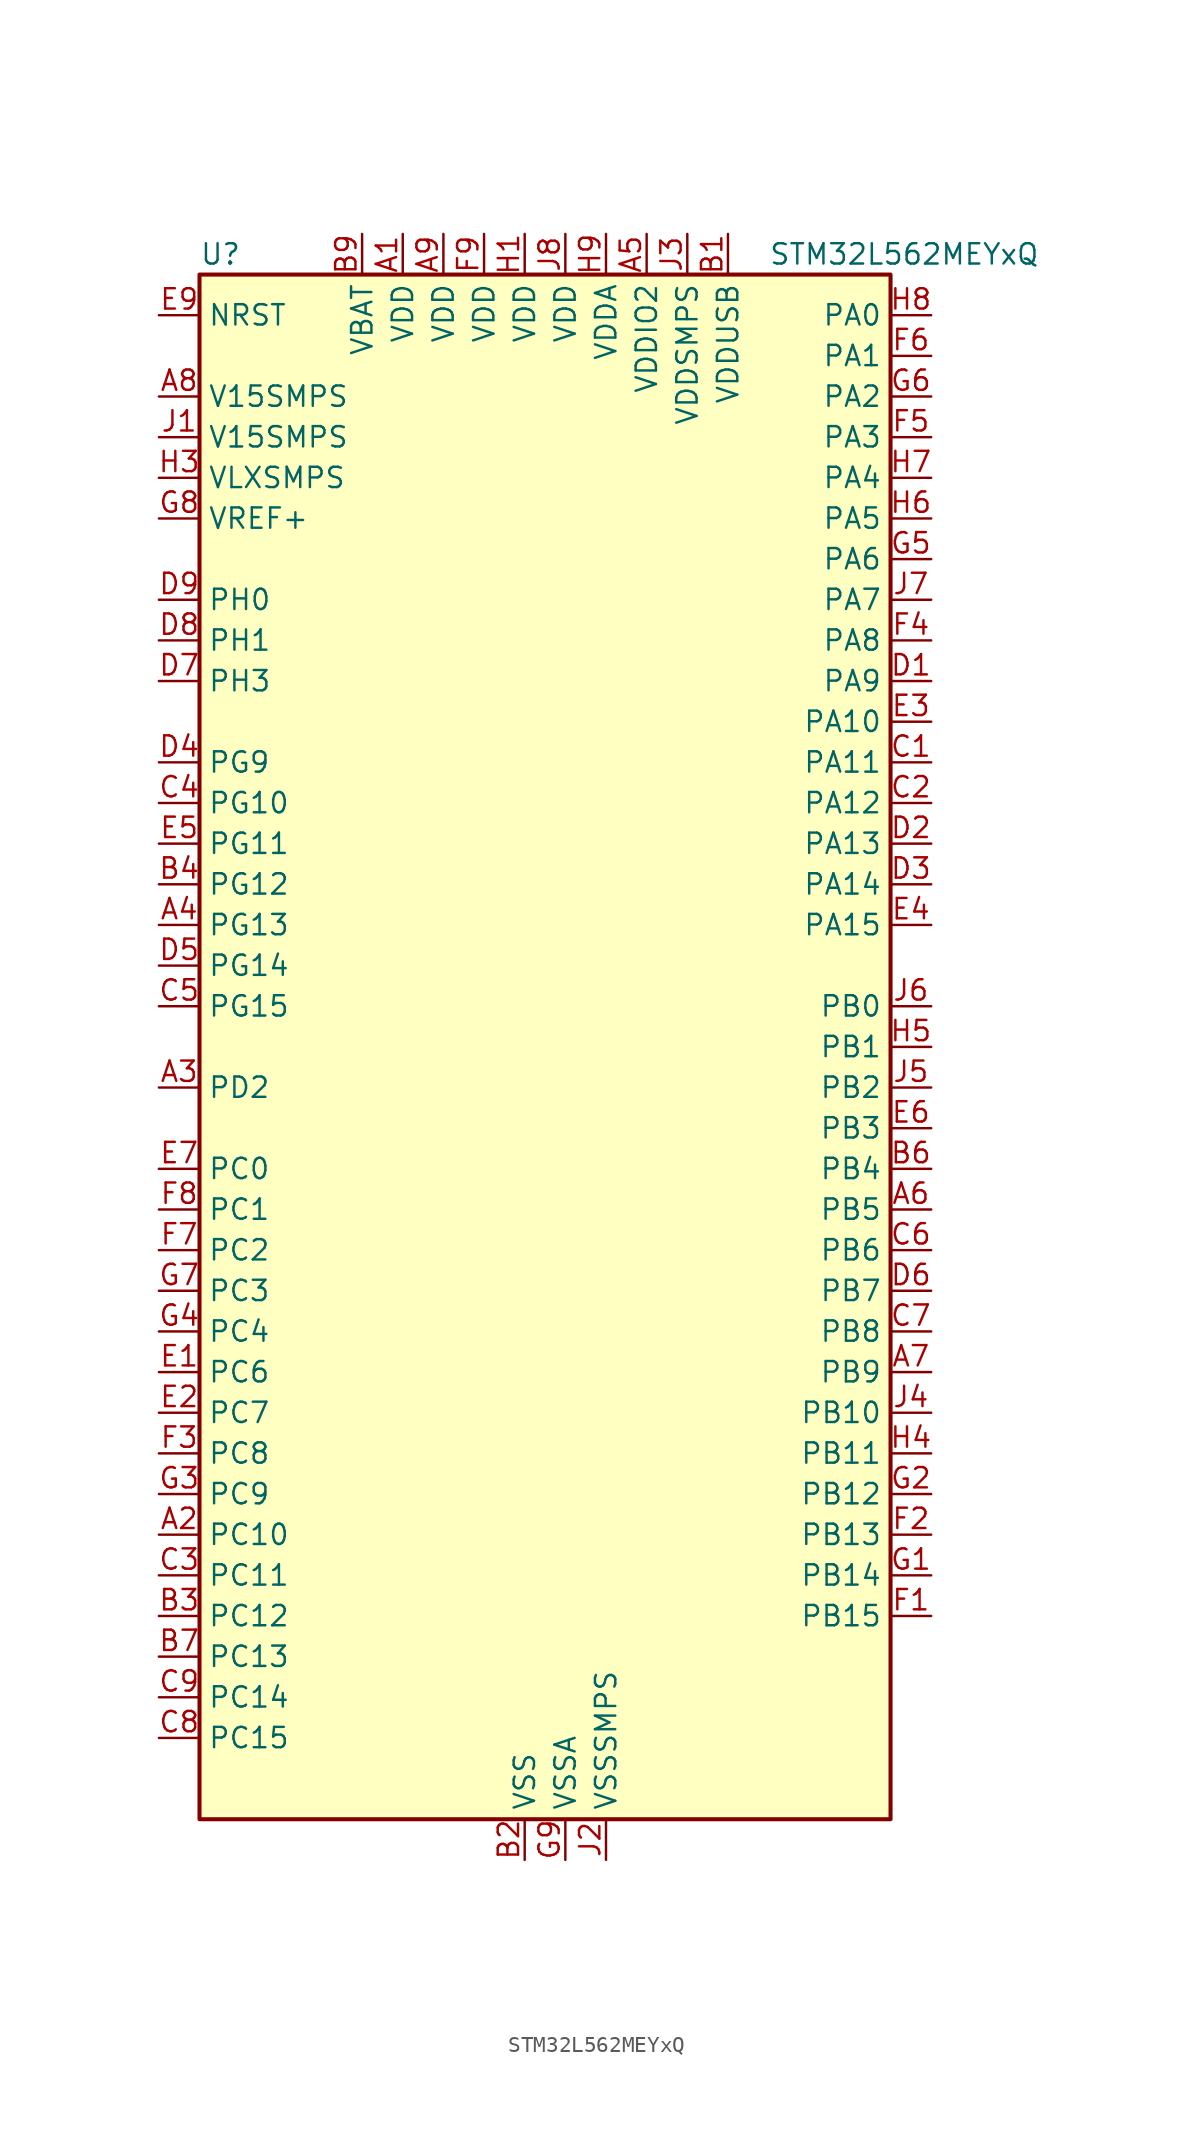
<source format=kicad_sym>
(kicad_symbol_lib
  (version 20231120)
  (generator "kicad_symbol_editor")
  (generator_version "8.0")
  (symbol "STM32L562MEYxQ"
    (property "Reference" "U"
      (at -20.32 49.53 0)
      (effects (font (size 1.27 1.27)) (justify left)))
    (property "Value" "STM32L562MEYxQ"
      (at 15.24 49.53 0)
      (effects (font (size 1.27 1.27)) (justify left)))
    (property "ki_locked" ""
      (at 0 0 0)
      (effects (font (size 1.27 1.27))))
    (symbol "STM32L562MEYxQ_0_1"
      (rectangle (start -20.32 -48.26) (end 22.86 48.26) (stroke (width 0.254) (type default)) (fill (type background))))
    (symbol "STM32L562MEYxQ_1_1"
      (pin power_in line (at -7.62 50.8 270) (length 2.54) (name "VDD" (effects (font (size 1.27 1.27)))) (number "A1" (effects (font (size 1.27 1.27)))))
      (pin bidirectional line (at -22.86 -30.48 0) (length 2.54) (name "PC10" (effects (font (size 1.27 1.27)))) (number "A2" (effects (font (size 1.27 1.27)))) (alternate "DEBUG_TRACED1" bidirectional line) (alternate "LPTIM3_ETR" bidirectional line) (alternate "SAI2_SCK_B" bidirectional line) (alternate "SDMMC1_D2" bidirectional line) (alternate "SPI3_SCK" bidirectional line) (alternate "TSC_G3_IO2" bidirectional line) (alternate "UART4_TX" bidirectional line) (alternate "USART3_TX" bidirectional line))
      (pin bidirectional line (at -22.86 -2.54 0) (length 2.54) (name "PD2" (effects (font (size 1.27 1.27)))) (number "A3" (effects (font (size 1.27 1.27)))) (alternate "DEBUG_TRACED2" bidirectional line) (alternate "SDMMC1_CMD" bidirectional line) (alternate "TIM3_ETR" bidirectional line) (alternate "TSC_SYNC" bidirectional line) (alternate "UART5_RX" bidirectional line) (alternate "USART3_DE" bidirectional line) (alternate "USART3_RTS" bidirectional line))
      (pin bidirectional line (at -22.86 7.62 0) (length 2.54) (name "PG13" (effects (font (size 1.27 1.27)))) (number "A4" (effects (font (size 1.27 1.27)))) (alternate "I2C1_SDA" bidirectional line) (alternate "USART1_CK" bidirectional line))
      (pin power_in line (at 7.62 50.8 270) (length 2.54) (name "VDDIO2" (effects (font (size 1.27 1.27)))) (number "A5" (effects (font (size 1.27 1.27)))))
      (pin bidirectional line (at 25.4 -10.16 180) (length 2.54) (name "PB5" (effects (font (size 1.27 1.27)))) (number "A6" (effects (font (size 1.27 1.27)))) (alternate "COMP2_OUT" bidirectional line) (alternate "I2C1_SMBA" bidirectional line) (alternate "LPTIM1_IN1" bidirectional line) (alternate "OCTOSPI1_NCLK" bidirectional line) (alternate "SAI1_SD_B" bidirectional line) (alternate "SPI1_MOSI" bidirectional line) (alternate "SPI3_MOSI" bidirectional line) (alternate "TIM16_BKIN" bidirectional line) (alternate "TIM3_CH2" bidirectional line) (alternate "TSC_G2_IO2" bidirectional line) (alternate "UART5_CTS" bidirectional line) (alternate "UCPD1_DBCC1" bidirectional line) (alternate "USART1_CK" bidirectional line))
      (pin bidirectional line (at 25.4 -20.32 180) (length 2.54) (name "PB9" (effects (font (size 1.27 1.27)))) (number "A7" (effects (font (size 1.27 1.27)))) (alternate "DAC1_EXTI9" bidirectional line) (alternate "FDCAN1_TX" bidirectional line) (alternate "I2C1_SDA" bidirectional line) (alternate "IR_OUT" bidirectional line) (alternate "SAI1_D2" bidirectional line) (alternate "SAI1_FS_A" bidirectional line) (alternate "SDMMC1_CDIR" bidirectional line) (alternate "SDMMC1_D5" bidirectional line) (alternate "SPI2_NSS" bidirectional line) (alternate "TIM17_CH1" bidirectional line) (alternate "TIM4_CH4" bidirectional line))
      (pin power_in line (at -22.86 40.64 0) (length 2.54) (name "V15SMPS" (effects (font (size 1.27 1.27)))) (number "A8" (effects (font (size 1.27 1.27)))))
      (pin power_in line (at -5.08 50.8 270) (length 2.54) (name "VDD" (effects (font (size 1.27 1.27)))) (number "A9" (effects (font (size 1.27 1.27)))))
      (pin power_in line (at 12.7 50.8 270) (length 2.54) (name "VDDUSB" (effects (font (size 1.27 1.27)))) (number "B1" (effects (font (size 1.27 1.27)))))
      (pin power_in line (at 0 -50.8 90) (length 2.54) (name "VSS" (effects (font (size 1.27 1.27)))) (number "B2" (effects (font (size 1.27 1.27)))))
      (pin bidirectional line (at -22.86 -35.56 0) (length 2.54) (name "PC12" (effects (font (size 1.27 1.27)))) (number "B3" (effects (font (size 1.27 1.27)))) (alternate "DEBUG_TRACED3" bidirectional line) (alternate "SAI2_SD_B" bidirectional line) (alternate "SDMMC1_CK" bidirectional line) (alternate "SPI3_MOSI" bidirectional line) (alternate "TSC_G3_IO4" bidirectional line) (alternate "UART5_TX" bidirectional line) (alternate "USART3_CK" bidirectional line))
      (pin bidirectional line (at -22.86 10.16 0) (length 2.54) (name "PG12" (effects (font (size 1.27 1.27)))) (number "B4" (effects (font (size 1.27 1.27)))) (alternate "LPTIM1_ETR" bidirectional line) (alternate "SAI2_SD_A" bidirectional line) (alternate "SPI3_NSS" bidirectional line) (alternate "USART1_DE" bidirectional line) (alternate "USART1_RTS" bidirectional line))
      (pin passive line (at 0 -50.8 90) (length 2.54) hide (name "VSS" (effects (font (size 1.27 1.27)))) (number "B5" (effects (font (size 1.27 1.27)))))
      (pin bidirectional line (at 25.4 -7.62 180) (length 2.54) (name "PB4" (effects (font (size 1.27 1.27)))) (number "B6" (effects (font (size 1.27 1.27)))) (alternate "COMP2_INP" bidirectional line) (alternate "DEBUG_JTRST" bidirectional line) (alternate "I2C3_SDA" bidirectional line) (alternate "SAI1_MCLK_B" bidirectional line) (alternate "SPI1_MISO" bidirectional line) (alternate "SPI3_MISO" bidirectional line) (alternate "TIM17_BKIN" bidirectional line) (alternate "TIM3_CH1" bidirectional line) (alternate "TSC_G2_IO1" bidirectional line) (alternate "UART5_DE" bidirectional line) (alternate "UART5_RTS" bidirectional line) (alternate "USART1_CTS" bidirectional line) (alternate "USART1_NSS" bidirectional line))
      (pin bidirectional line (at -22.86 -38.1 0) (length 2.54) (name "PC13" (effects (font (size 1.27 1.27)))) (number "B7" (effects (font (size 1.27 1.27)))) (alternate "PWR_WKUP2" bidirectional line) (alternate "RTC_OUT1" bidirectional line) (alternate "RTC_TS" bidirectional line) (alternate "TAMP_IN1" bidirectional line) (alternate "TAMP_OUT2" bidirectional line))
      (pin passive line (at 0 -50.8 90) (length 2.54) hide (name "VSS" (effects (font (size 1.27 1.27)))) (number "B8" (effects (font (size 1.27 1.27)))))
      (pin power_in line (at -10.16 50.8 270) (length 2.54) (name "VBAT" (effects (font (size 1.27 1.27)))) (number "B9" (effects (font (size 1.27 1.27)))))
      (pin bidirectional line (at 25.4 17.78 180) (length 2.54) (name "PA11" (effects (font (size 1.27 1.27)))) (number "C1" (effects (font (size 1.27 1.27)))) (alternate "ADC1_EXTI11" bidirectional line) (alternate "ADC2_EXTI11" bidirectional line) (alternate "FDCAN1_RX" bidirectional line) (alternate "SPI1_MISO" bidirectional line) (alternate "TIM1_BKIN2" bidirectional line) (alternate "TIM1_CH4" bidirectional line) (alternate "USART1_CTS" bidirectional line) (alternate "USART1_NSS" bidirectional line) (alternate "USB_DM" bidirectional line))
      (pin bidirectional line (at 25.4 15.24 180) (length 2.54) (name "PA12" (effects (font (size 1.27 1.27)))) (number "C2" (effects (font (size 1.27 1.27)))) (alternate "FDCAN1_TX" bidirectional line) (alternate "SPI1_MOSI" bidirectional line) (alternate "TIM1_ETR" bidirectional line) (alternate "USART1_DE" bidirectional line) (alternate "USART1_RTS" bidirectional line) (alternate "USB_DP" bidirectional line))
      (pin bidirectional line (at -22.86 -33.02 0) (length 2.54) (name "PC11" (effects (font (size 1.27 1.27)))) (number "C3" (effects (font (size 1.27 1.27)))) (alternate "ADC1_EXTI11" bidirectional line) (alternate "ADC2_EXTI11" bidirectional line) (alternate "LPTIM3_IN1" bidirectional line) (alternate "OCTOSPI1_NCS" bidirectional line) (alternate "SAI2_MCLK_B" bidirectional line) (alternate "SDMMC1_D3" bidirectional line) (alternate "SPI3_MISO" bidirectional line) (alternate "TSC_G3_IO3" bidirectional line) (alternate "UART4_RX" bidirectional line) (alternate "UCPD1_FRSTX2" bidirectional line) (alternate "USART3_RX" bidirectional line))
      (pin bidirectional line (at -22.86 15.24 0) (length 2.54) (name "PG10" (effects (font (size 1.27 1.27)))) (number "C4" (effects (font (size 1.27 1.27)))) (alternate "LPTIM1_IN1" bidirectional line) (alternate "SAI2_FS_A" bidirectional line) (alternate "SPI3_MISO" bidirectional line) (alternate "TIM15_CH1" bidirectional line) (alternate "USART1_RX" bidirectional line))
      (pin bidirectional line (at -22.86 2.54 0) (length 2.54) (name "PG15" (effects (font (size 1.27 1.27)))) (number "C5" (effects (font (size 1.27 1.27)))) (alternate "ADC1_EXTI15" bidirectional line) (alternate "ADC2_EXTI15" bidirectional line) (alternate "I2C1_SMBA" bidirectional line) (alternate "LPTIM1_OUT" bidirectional line))
      (pin bidirectional line (at 25.4 -12.7 180) (length 2.54) (name "PB6" (effects (font (size 1.27 1.27)))) (number "C6" (effects (font (size 1.27 1.27)))) (alternate "COMP2_INP" bidirectional line) (alternate "I2C1_SCL" bidirectional line) (alternate "I2C4_SCL" bidirectional line) (alternate "LPTIM1_ETR" bidirectional line) (alternate "SAI1_FS_B" bidirectional line) (alternate "TIM16_CH1N" bidirectional line) (alternate "TIM4_CH1" bidirectional line) (alternate "TIM8_BKIN2" bidirectional line) (alternate "TSC_G2_IO3" bidirectional line) (alternate "USART1_TX" bidirectional line))
      (pin bidirectional line (at 25.4 -17.78 180) (length 2.54) (name "PB8" (effects (font (size 1.27 1.27)))) (number "C7" (effects (font (size 1.27 1.27)))) (alternate "DFSDM1_CKOUT" bidirectional line) (alternate "FDCAN1_RX" bidirectional line) (alternate "I2C1_SCL" bidirectional line) (alternate "SAI1_CK1" bidirectional line) (alternate "SAI1_MCLK_A" bidirectional line) (alternate "SDMMC1_CKIN" bidirectional line) (alternate "SDMMC1_D4" bidirectional line) (alternate "TIM16_CH1" bidirectional line) (alternate "TIM4_CH3" bidirectional line))
      (pin bidirectional line (at -22.86 -43.18 0) (length 2.54) (name "PC15" (effects (font (size 1.27 1.27)))) (number "C8" (effects (font (size 1.27 1.27)))) (alternate "ADC1_EXTI15" bidirectional line) (alternate "ADC2_EXTI15" bidirectional line) (alternate "RCC_OSC32_OUT" bidirectional line))
      (pin bidirectional line (at -22.86 -40.64 0) (length 2.54) (name "PC14" (effects (font (size 1.27 1.27)))) (number "C9" (effects (font (size 1.27 1.27)))) (alternate "RCC_OSC32_IN" bidirectional line))
      (pin bidirectional line (at 25.4 22.86 180) (length 2.54) (name "PA9" (effects (font (size 1.27 1.27)))) (number "D1" (effects (font (size 1.27 1.27)))) (alternate "DAC1_EXTI9" bidirectional line) (alternate "SAI1_FS_A" bidirectional line) (alternate "SPI2_SCK" bidirectional line) (alternate "TIM15_BKIN" bidirectional line) (alternate "TIM1_CH2" bidirectional line) (alternate "USART1_TX" bidirectional line))
      (pin bidirectional line (at 25.4 12.7 180) (length 2.54) (name "PA13" (effects (font (size 1.27 1.27)))) (number "D2" (effects (font (size 1.27 1.27)))) (alternate "DEBUG_JTMS-SWDIO" bidirectional line) (alternate "IR_OUT" bidirectional line) (alternate "SAI1_SD_B" bidirectional line) (alternate "USB_NOE" bidirectional line))
      (pin bidirectional line (at 25.4 10.16 180) (length 2.54) (name "PA14" (effects (font (size 1.27 1.27)))) (number "D3" (effects (font (size 1.27 1.27)))) (alternate "DEBUG_JTCK-SWCLK" bidirectional line) (alternate "I2C1_SMBA" bidirectional line) (alternate "I2C4_SMBA" bidirectional line) (alternate "LPTIM1_OUT" bidirectional line) (alternate "SAI1_FS_B" bidirectional line))
      (pin bidirectional line (at -22.86 17.78 0) (length 2.54) (name "PG9" (effects (font (size 1.27 1.27)))) (number "D4" (effects (font (size 1.27 1.27)))) (alternate "DAC1_EXTI9" bidirectional line) (alternate "SAI2_SCK_A" bidirectional line) (alternate "SPI3_SCK" bidirectional line) (alternate "TIM15_CH1N" bidirectional line) (alternate "USART1_TX" bidirectional line))
      (pin bidirectional line (at -22.86 5.08 0) (length 2.54) (name "PG14" (effects (font (size 1.27 1.27)))) (number "D5" (effects (font (size 1.27 1.27)))) (alternate "I2C1_SCL" bidirectional line))
      (pin bidirectional line (at 25.4 -15.24 180) (length 2.54) (name "PB7" (effects (font (size 1.27 1.27)))) (number "D6" (effects (font (size 1.27 1.27)))) (alternate "COMP2_INM" bidirectional line) (alternate "I2C1_SDA" bidirectional line) (alternate "I2C4_SDA" bidirectional line) (alternate "LPTIM1_IN2" bidirectional line) (alternate "PWR_PVD_IN" bidirectional line) (alternate "TIM17_CH1N" bidirectional line) (alternate "TIM4_CH2" bidirectional line) (alternate "TIM8_BKIN" bidirectional line) (alternate "TSC_G2_IO4" bidirectional line) (alternate "UART4_CTS" bidirectional line) (alternate "USART1_RX" bidirectional line))
      (pin bidirectional line (at -22.86 22.86 0) (length 2.54) (name "PH3" (effects (font (size 1.27 1.27)))) (number "D7" (effects (font (size 1.27 1.27)))))
      (pin bidirectional line (at -22.86 25.4 0) (length 2.54) (name "PH1" (effects (font (size 1.27 1.27)))) (number "D8" (effects (font (size 1.27 1.27)))) (alternate "RCC_OSC_OUT" bidirectional line))
      (pin bidirectional line (at -22.86 27.94 0) (length 2.54) (name "PH0" (effects (font (size 1.27 1.27)))) (number "D9" (effects (font (size 1.27 1.27)))) (alternate "RCC_OSC_IN" bidirectional line))
      (pin bidirectional line (at -22.86 -20.32 0) (length 2.54) (name "PC6" (effects (font (size 1.27 1.27)))) (number "E1" (effects (font (size 1.27 1.27)))) (alternate "DFSDM1_CKIN3" bidirectional line) (alternate "SAI2_MCLK_A" bidirectional line) (alternate "SDMMC1_D0DIR" bidirectional line) (alternate "SDMMC1_D6" bidirectional line) (alternate "TIM3_CH1" bidirectional line) (alternate "TIM8_CH1" bidirectional line) (alternate "TSC_G4_IO1" bidirectional line))
      (pin bidirectional line (at -22.86 -22.86 0) (length 2.54) (name "PC7" (effects (font (size 1.27 1.27)))) (number "E2" (effects (font (size 1.27 1.27)))) (alternate "DFSDM1_DATIN3" bidirectional line) (alternate "SAI2_MCLK_B" bidirectional line) (alternate "SDMMC1_D123DIR" bidirectional line) (alternate "SDMMC1_D7" bidirectional line) (alternate "TIM3_CH2" bidirectional line) (alternate "TIM8_CH2" bidirectional line) (alternate "TSC_G4_IO2" bidirectional line))
      (pin bidirectional line (at 25.4 20.32 180) (length 2.54) (name "PA10" (effects (font (size 1.27 1.27)))) (number "E3" (effects (font (size 1.27 1.27)))) (alternate "CRS_SYNC" bidirectional line) (alternate "SAI1_D1" bidirectional line) (alternate "SAI1_SD_A" bidirectional line) (alternate "TIM17_BKIN" bidirectional line) (alternate "TIM1_CH3" bidirectional line) (alternate "USART1_RX" bidirectional line))
      (pin bidirectional line (at 25.4 7.62 180) (length 2.54) (name "PA15" (effects (font (size 1.27 1.27)))) (number "E4" (effects (font (size 1.27 1.27)))) (alternate "ADC1_EXTI15" bidirectional line) (alternate "ADC2_EXTI15" bidirectional line) (alternate "DEBUG_JTDI" bidirectional line) (alternate "SAI2_FS_B" bidirectional line) (alternate "SPI1_NSS" bidirectional line) (alternate "SPI3_NSS" bidirectional line) (alternate "TIM2_CH1" bidirectional line) (alternate "TIM2_ETR" bidirectional line) (alternate "UART4_DE" bidirectional line) (alternate "UART4_RTS" bidirectional line) (alternate "UCPD1_CC1" bidirectional line) (alternate "USART2_RX" bidirectional line) (alternate "USART3_DE" bidirectional line) (alternate "USART3_RTS" bidirectional line))
      (pin bidirectional line (at -22.86 12.7 0) (length 2.54) (name "PG11" (effects (font (size 1.27 1.27)))) (number "E5" (effects (font (size 1.27 1.27)))) (alternate "ADC1_EXTI11" bidirectional line) (alternate "ADC2_EXTI11" bidirectional line) (alternate "LPTIM1_IN2" bidirectional line) (alternate "OCTOSPI1_IO5" bidirectional line) (alternate "SAI2_MCLK_A" bidirectional line) (alternate "SPI3_MOSI" bidirectional line) (alternate "TIM15_CH2" bidirectional line) (alternate "USART1_CTS" bidirectional line) (alternate "USART1_NSS" bidirectional line))
      (pin bidirectional line (at 25.4 -5.08 180) (length 2.54) (name "PB3" (effects (font (size 1.27 1.27)))) (number "E6" (effects (font (size 1.27 1.27)))) (alternate "COMP2_INM" bidirectional line) (alternate "CRS_SYNC" bidirectional line) (alternate "DEBUG_JTDO-SWO" bidirectional line) (alternate "SAI1_SCK_B" bidirectional line) (alternate "SPI1_SCK" bidirectional line) (alternate "SPI3_SCK" bidirectional line) (alternate "TIM2_CH2" bidirectional line) (alternate "USART1_DE" bidirectional line) (alternate "USART1_RTS" bidirectional line))
      (pin bidirectional line (at -22.86 -7.62 0) (length 2.54) (name "PC0" (effects (font (size 1.27 1.27)))) (number "E7" (effects (font (size 1.27 1.27)))) (alternate "ADC1_IN1" bidirectional line) (alternate "ADC2_IN1" bidirectional line) (alternate "I2C3_SCL" bidirectional line) (alternate "LPTIM1_IN1" bidirectional line) (alternate "LPTIM2_IN1" bidirectional line) (alternate "LPUART1_RX" bidirectional line) (alternate "OCTOSPI1_IO7" bidirectional line) (alternate "SAI2_FS_A" bidirectional line) (alternate "SDMMC1_D5" bidirectional line))
      (pin passive line (at 0 -50.8 90) (length 2.54) hide (name "VSS" (effects (font (size 1.27 1.27)))) (number "E8" (effects (font (size 1.27 1.27)))))
      (pin input line (at -22.86 45.72 0) (length 2.54) (name "NRST" (effects (font (size 1.27 1.27)))) (number "E9" (effects (font (size 1.27 1.27)))))
      (pin bidirectional line (at 25.4 -35.56 180) (length 2.54) (name "PB15" (effects (font (size 1.27 1.27)))) (number "F1" (effects (font (size 1.27 1.27)))) (alternate "ADC1_EXTI15" bidirectional line) (alternate "ADC2_EXTI15" bidirectional line) (alternate "DFSDM1_CKIN2" bidirectional line) (alternate "RTC_REFIN" bidirectional line) (alternate "SAI2_SD_A" bidirectional line) (alternate "SPI2_MOSI" bidirectional line) (alternate "TIM15_CH2" bidirectional line) (alternate "TIM1_CH3N" bidirectional line) (alternate "TIM8_CH3N" bidirectional line) (alternate "UCPD1_CC2" bidirectional line))
      (pin bidirectional line (at 25.4 -30.48 180) (length 2.54) (name "PB13" (effects (font (size 1.27 1.27)))) (number "F2" (effects (font (size 1.27 1.27)))) (alternate "DFSDM1_CKIN1" bidirectional line) (alternate "I2C2_SCL" bidirectional line) (alternate "LPTIM3_IN1" bidirectional line) (alternate "LPUART1_CTS" bidirectional line) (alternate "SAI2_SCK_A" bidirectional line) (alternate "SPI2_SCK" bidirectional line) (alternate "TIM15_CH1N" bidirectional line) (alternate "TIM1_CH1N" bidirectional line) (alternate "TSC_G1_IO2" bidirectional line) (alternate "UCPD1_FRSTX2" bidirectional line) (alternate "USART3_CTS" bidirectional line) (alternate "USART3_NSS" bidirectional line))
      (pin bidirectional line (at -22.86 -25.4 0) (length 2.54) (name "PC8" (effects (font (size 1.27 1.27)))) (number "F3" (effects (font (size 1.27 1.27)))) (alternate "SDMMC1_D0" bidirectional line) (alternate "TIM3_CH3" bidirectional line) (alternate "TIM8_CH3" bidirectional line) (alternate "TSC_G4_IO3" bidirectional line))
      (pin bidirectional line (at 25.4 25.4 180) (length 2.54) (name "PA8" (effects (font (size 1.27 1.27)))) (number "F4" (effects (font (size 1.27 1.27)))) (alternate "LPTIM2_OUT" bidirectional line) (alternate "RCC_MCO" bidirectional line) (alternate "SAI1_CK2" bidirectional line) (alternate "SAI1_SCK_A" bidirectional line) (alternate "TIM1_CH1" bidirectional line) (alternate "USART1_CK" bidirectional line))
      (pin bidirectional line (at 25.4 38.1 180) (length 2.54) (name "PA3" (effects (font (size 1.27 1.27)))) (number "F5" (effects (font (size 1.27 1.27)))) (alternate "ADC1_IN8" bidirectional line) (alternate "ADC2_IN8" bidirectional line) (alternate "LPUART1_RX" bidirectional line) (alternate "OCTOSPI1_CLK" bidirectional line) (alternate "OPAMP1_VOUT" bidirectional line) (alternate "SAI1_CK1" bidirectional line) (alternate "SAI1_MCLK_A" bidirectional line) (alternate "TIM15_CH2" bidirectional line) (alternate "TIM2_CH4" bidirectional line) (alternate "TIM5_CH4" bidirectional line) (alternate "USART2_RX" bidirectional line))
      (pin bidirectional line (at 25.4 43.18 180) (length 2.54) (name "PA1" (effects (font (size 1.27 1.27)))) (number "F6" (effects (font (size 1.27 1.27)))) (alternate "ADC1_IN6" bidirectional line) (alternate "ADC2_IN6" bidirectional line) (alternate "I2C1_SMBA" bidirectional line) (alternate "OCTOSPI1_DQS" bidirectional line) (alternate "OPAMP1_VINM" bidirectional line) (alternate "SPI1_SCK" bidirectional line) (alternate "TAMP_IN5" bidirectional line) (alternate "TAMP_OUT4" bidirectional line) (alternate "TIM15_CH1N" bidirectional line) (alternate "TIM2_CH2" bidirectional line) (alternate "TIM5_CH2" bidirectional line) (alternate "UART4_RX" bidirectional line) (alternate "USART2_DE" bidirectional line) (alternate "USART2_RTS" bidirectional line))
      (pin bidirectional line (at -22.86 -12.7 0) (length 2.54) (name "PC2" (effects (font (size 1.27 1.27)))) (number "F7" (effects (font (size 1.27 1.27)))) (alternate "ADC1_IN3" bidirectional line) (alternate "ADC2_IN3" bidirectional line) (alternate "DFSDM1_CKOUT" bidirectional line) (alternate "LPTIM1_IN2" bidirectional line) (alternate "OCTOSPI1_IO5" bidirectional line) (alternate "SPI2_MISO" bidirectional line))
      (pin bidirectional line (at -22.86 -10.16 0) (length 2.54) (name "PC1" (effects (font (size 1.27 1.27)))) (number "F8" (effects (font (size 1.27 1.27)))) (alternate "ADC1_IN2" bidirectional line) (alternate "ADC2_IN2" bidirectional line) (alternate "DEBUG_TRACED0" bidirectional line) (alternate "I2C3_SDA" bidirectional line) (alternate "LPTIM1_OUT" bidirectional line) (alternate "LPUART1_TX" bidirectional line) (alternate "OCTOSPI1_IO4" bidirectional line) (alternate "SAI1_SD_A" bidirectional line) (alternate "SPI2_MOSI" bidirectional line))
      (pin power_in line (at -2.54 50.8 270) (length 2.54) (name "VDD" (effects (font (size 1.27 1.27)))) (number "F9" (effects (font (size 1.27 1.27)))))
      (pin bidirectional line (at 25.4 -33.02 180) (length 2.54) (name "PB14" (effects (font (size 1.27 1.27)))) (number "G1" (effects (font (size 1.27 1.27)))) (alternate "DFSDM1_DATIN2" bidirectional line) (alternate "I2C2_SDA" bidirectional line) (alternate "LPTIM3_ETR" bidirectional line) (alternate "SAI2_MCLK_A" bidirectional line) (alternate "SPI2_MISO" bidirectional line) (alternate "TIM15_CH1" bidirectional line) (alternate "TIM1_CH2N" bidirectional line) (alternate "TIM8_CH2N" bidirectional line) (alternate "TSC_G1_IO3" bidirectional line) (alternate "UCPD1_DBCC2" bidirectional line) (alternate "USART3_DE" bidirectional line) (alternate "USART3_RTS" bidirectional line))
      (pin bidirectional line (at 25.4 -27.94 180) (length 2.54) (name "PB12" (effects (font (size 1.27 1.27)))) (number "G2" (effects (font (size 1.27 1.27)))) (alternate "DFSDM1_DATIN1" bidirectional line) (alternate "I2C2_SMBA" bidirectional line) (alternate "LPUART1_DE" bidirectional line) (alternate "LPUART1_RTS" bidirectional line) (alternate "OCTOSPI1_NCLK" bidirectional line) (alternate "SAI2_FS_A" bidirectional line) (alternate "SPI2_NSS" bidirectional line) (alternate "TIM15_BKIN" bidirectional line) (alternate "TIM1_BKIN" bidirectional line) (alternate "TSC_G1_IO1" bidirectional line) (alternate "USART3_CK" bidirectional line))
      (pin bidirectional line (at -22.86 -27.94 0) (length 2.54) (name "PC9" (effects (font (size 1.27 1.27)))) (number "G3" (effects (font (size 1.27 1.27)))) (alternate "DAC1_EXTI9" bidirectional line) (alternate "DEBUG_TRACED0" bidirectional line) (alternate "SAI2_EXTCLK" bidirectional line) (alternate "SDMMC1_D1" bidirectional line) (alternate "TIM3_CH4" bidirectional line) (alternate "TIM8_BKIN2" bidirectional line) (alternate "TIM8_CH4" bidirectional line) (alternate "TSC_G4_IO4" bidirectional line) (alternate "USB_NOE" bidirectional line))
      (pin bidirectional line (at -22.86 -17.78 0) (length 2.54) (name "PC4" (effects (font (size 1.27 1.27)))) (number "G4" (effects (font (size 1.27 1.27)))) (alternate "ADC1_IN13" bidirectional line) (alternate "ADC2_IN13" bidirectional line) (alternate "COMP1_INM" bidirectional line) (alternate "OCTOSPI1_IO7" bidirectional line) (alternate "USART3_TX" bidirectional line))
      (pin bidirectional line (at 25.4 30.48 180) (length 2.54) (name "PA6" (effects (font (size 1.27 1.27)))) (number "G5" (effects (font (size 1.27 1.27)))) (alternate "ADC1_IN11" bidirectional line) (alternate "ADC2_IN11" bidirectional line) (alternate "LPUART1_CTS" bidirectional line) (alternate "OCTOSPI1_IO3" bidirectional line) (alternate "OPAMP2_VINP" bidirectional line) (alternate "SPI1_MISO" bidirectional line) (alternate "TIM16_CH1" bidirectional line) (alternate "TIM1_BKIN" bidirectional line) (alternate "TIM3_CH1" bidirectional line) (alternate "TIM8_BKIN" bidirectional line) (alternate "USART3_CTS" bidirectional line) (alternate "USART3_NSS" bidirectional line))
      (pin bidirectional line (at 25.4 40.64 180) (length 2.54) (name "PA2" (effects (font (size 1.27 1.27)))) (number "G6" (effects (font (size 1.27 1.27)))) (alternate "ADC1_IN7" bidirectional line) (alternate "ADC2_IN7" bidirectional line) (alternate "COMP1_INP" bidirectional line) (alternate "LPUART1_TX" bidirectional line) (alternate "OCTOSPI1_NCS" bidirectional line) (alternate "PWR_WKUP4" bidirectional line) (alternate "RCC_LSCO" bidirectional line) (alternate "SAI2_EXTCLK" bidirectional line) (alternate "TIM15_CH1" bidirectional line) (alternate "TIM2_CH3" bidirectional line) (alternate "TIM5_CH3" bidirectional line) (alternate "UCPD1_FRSTX1" bidirectional line) (alternate "USART2_TX" bidirectional line))
      (pin bidirectional line (at -22.86 -15.24 0) (length 2.54) (name "PC3" (effects (font (size 1.27 1.27)))) (number "G7" (effects (font (size 1.27 1.27)))) (alternate "ADC1_IN4" bidirectional line) (alternate "ADC2_IN4" bidirectional line) (alternate "LPTIM1_ETR" bidirectional line) (alternate "LPTIM2_ETR" bidirectional line) (alternate "LPTIM3_OUT" bidirectional line) (alternate "OCTOSPI1_IO6" bidirectional line) (alternate "SAI1_D1" bidirectional line) (alternate "SAI1_SD_A" bidirectional line) (alternate "SPI2_MOSI" bidirectional line))
      (pin input line (at -22.86 33.02 0) (length 2.54) (name "VREF+" (effects (font (size 1.27 1.27)))) (number "G8" (effects (font (size 1.27 1.27)))) (alternate "VREFBUF_OUT" bidirectional line))
      (pin power_in line (at 2.54 -50.8 90) (length 2.54) (name "VSSA" (effects (font (size 1.27 1.27)))) (number "G9" (effects (font (size 1.27 1.27)))))
      (pin power_in line (at 0 50.8 270) (length 2.54) (name "VDD" (effects (font (size 1.27 1.27)))) (number "H1" (effects (font (size 1.27 1.27)))))
      (pin passive line (at 0 -50.8 90) (length 2.54) hide (name "VSS" (effects (font (size 1.27 1.27)))) (number "H2" (effects (font (size 1.27 1.27)))))
      (pin power_in line (at -22.86 35.56 0) (length 2.54) (name "VLXSMPS" (effects (font (size 1.27 1.27)))) (number "H3" (effects (font (size 1.27 1.27)))))
      (pin bidirectional line (at 25.4 -25.4 180) (length 2.54) (name "PB11" (effects (font (size 1.27 1.27)))) (number "H4" (effects (font (size 1.27 1.27)))) (alternate "ADC1_EXTI11" bidirectional line) (alternate "ADC2_EXTI11" bidirectional line) (alternate "COMP2_OUT" bidirectional line) (alternate "I2C2_SDA" bidirectional line) (alternate "I2C4_SDA" bidirectional line) (alternate "LPUART1_TX" bidirectional line) (alternate "OCTOSPI1_NCS" bidirectional line) (alternate "TIM2_CH4" bidirectional line) (alternate "USART3_RX" bidirectional line))
      (pin bidirectional line (at 25.4 0 180) (length 2.54) (name "PB1" (effects (font (size 1.27 1.27)))) (number "H5" (effects (font (size 1.27 1.27)))) (alternate "ADC1_IN16" bidirectional line) (alternate "ADC2_IN16" bidirectional line) (alternate "COMP1_INM" bidirectional line) (alternate "DFSDM1_DATIN0" bidirectional line) (alternate "LPTIM2_IN1" bidirectional line) (alternate "LPUART1_DE" bidirectional line) (alternate "LPUART1_RTS" bidirectional line) (alternate "OCTOSPI1_IO0" bidirectional line) (alternate "TIM1_CH3N" bidirectional line) (alternate "TIM3_CH4" bidirectional line) (alternate "TIM8_CH3N" bidirectional line) (alternate "USART3_DE" bidirectional line) (alternate "USART3_RTS" bidirectional line))
      (pin bidirectional line (at 25.4 33.02 180) (length 2.54) (name "PA5" (effects (font (size 1.27 1.27)))) (number "H6" (effects (font (size 1.27 1.27)))) (alternate "ADC1_IN10" bidirectional line) (alternate "ADC2_IN10" bidirectional line) (alternate "DAC1_OUT2" bidirectional line) (alternate "LPTIM2_ETR" bidirectional line) (alternate "SPI1_SCK" bidirectional line) (alternate "TIM2_CH1" bidirectional line) (alternate "TIM2_ETR" bidirectional line) (alternate "TIM8_CH1N" bidirectional line))
      (pin bidirectional line (at 25.4 35.56 180) (length 2.54) (name "PA4" (effects (font (size 1.27 1.27)))) (number "H7" (effects (font (size 1.27 1.27)))) (alternate "ADC1_IN9" bidirectional line) (alternate "ADC2_IN9" bidirectional line) (alternate "DAC1_OUT1" bidirectional line) (alternate "LPTIM2_OUT" bidirectional line) (alternate "OCTOSPI1_NCS" bidirectional line) (alternate "SAI1_FS_B" bidirectional line) (alternate "SPI1_NSS" bidirectional line) (alternate "SPI3_NSS" bidirectional line) (alternate "USART2_CK" bidirectional line))
      (pin bidirectional line (at 25.4 45.72 180) (length 2.54) (name "PA0" (effects (font (size 1.27 1.27)))) (number "H8" (effects (font (size 1.27 1.27)))) (alternate "ADC1_IN5" bidirectional line) (alternate "ADC2_IN5" bidirectional line) (alternate "OPAMP1_VINP" bidirectional line) (alternate "PWR_WKUP1" bidirectional line) (alternate "SAI1_EXTCLK" bidirectional line) (alternate "TAMP_IN2" bidirectional line) (alternate "TAMP_OUT1" bidirectional line) (alternate "TIM2_CH1" bidirectional line) (alternate "TIM2_ETR" bidirectional line) (alternate "TIM5_CH1" bidirectional line) (alternate "TIM8_ETR" bidirectional line) (alternate "UART4_TX" bidirectional line) (alternate "USART2_CTS" bidirectional line) (alternate "USART2_NSS" bidirectional line))
      (pin power_in line (at 5.08 50.8 270) (length 2.54) (name "VDDA" (effects (font (size 1.27 1.27)))) (number "H9" (effects (font (size 1.27 1.27)))))
      (pin power_in line (at -22.86 38.1 0) (length 2.54) (name "V15SMPS" (effects (font (size 1.27 1.27)))) (number "J1" (effects (font (size 1.27 1.27)))))
      (pin power_in line (at 5.08 -50.8 90) (length 2.54) (name "VSSSMPS" (effects (font (size 1.27 1.27)))) (number "J2" (effects (font (size 1.27 1.27)))))
      (pin power_in line (at 10.16 50.8 270) (length 2.54) (name "VDDSMPS" (effects (font (size 1.27 1.27)))) (number "J3" (effects (font (size 1.27 1.27)))))
      (pin bidirectional line (at 25.4 -22.86 180) (length 2.54) (name "PB10" (effects (font (size 1.27 1.27)))) (number "J4" (effects (font (size 1.27 1.27)))) (alternate "COMP1_OUT" bidirectional line) (alternate "I2C2_SCL" bidirectional line) (alternate "I2C4_SCL" bidirectional line) (alternate "LPTIM3_OUT" bidirectional line) (alternate "LPUART1_RX" bidirectional line) (alternate "OCTOSPI1_CLK" bidirectional line) (alternate "SAI1_SCK_A" bidirectional line) (alternate "SPI2_SCK" bidirectional line) (alternate "TIM2_CH3" bidirectional line) (alternate "TSC_SYNC" bidirectional line) (alternate "USART3_TX" bidirectional line))
      (pin bidirectional line (at 25.4 -2.54 180) (length 2.54) (name "PB2" (effects (font (size 1.27 1.27)))) (number "J5" (effects (font (size 1.27 1.27)))) (alternate "COMP1_INP" bidirectional line) (alternate "DFSDM1_CKIN0" bidirectional line) (alternate "I2C3_SMBA" bidirectional line) (alternate "LPTIM1_OUT" bidirectional line) (alternate "OCTOSPI1_DQS" bidirectional line) (alternate "RTC_OUT2" bidirectional line) (alternate "UCPD1_FRSTX1" bidirectional line))
      (pin bidirectional line (at 25.4 2.54 180) (length 2.54) (name "PB0" (effects (font (size 1.27 1.27)))) (number "J6" (effects (font (size 1.27 1.27)))) (alternate "ADC1_IN15" bidirectional line) (alternate "ADC2_IN15" bidirectional line) (alternate "COMP1_OUT" bidirectional line) (alternate "OCTOSPI1_IO1" bidirectional line) (alternate "OPAMP2_VOUT" bidirectional line) (alternate "SAI1_EXTCLK" bidirectional line) (alternate "SPI1_NSS" bidirectional line) (alternate "TIM1_CH2N" bidirectional line) (alternate "TIM3_CH3" bidirectional line) (alternate "TIM8_CH2N" bidirectional line) (alternate "USART3_CK" bidirectional line))
      (pin bidirectional line (at 25.4 27.94 180) (length 2.54) (name "PA7" (effects (font (size 1.27 1.27)))) (number "J7" (effects (font (size 1.27 1.27)))) (alternate "ADC1_IN12" bidirectional line) (alternate "ADC2_IN12" bidirectional line) (alternate "I2C3_SCL" bidirectional line) (alternate "OCTOSPI1_IO2" bidirectional line) (alternate "OPAMP2_VINM" bidirectional line) (alternate "SPI1_MOSI" bidirectional line) (alternate "TIM17_CH1" bidirectional line) (alternate "TIM1_CH1N" bidirectional line) (alternate "TIM3_CH2" bidirectional line) (alternate "TIM8_CH1N" bidirectional line))
      (pin power_in line (at 2.54 50.8 270) (length 2.54) (name "VDD" (effects (font (size 1.27 1.27)))) (number "J8" (effects (font (size 1.27 1.27)))))
      (pin passive line (at 0 -50.8 90) (length 2.54) hide (name "VSS" (effects (font (size 1.27 1.27)))) (number "J9" (effects (font (size 1.27 1.27))))))))
</source>
